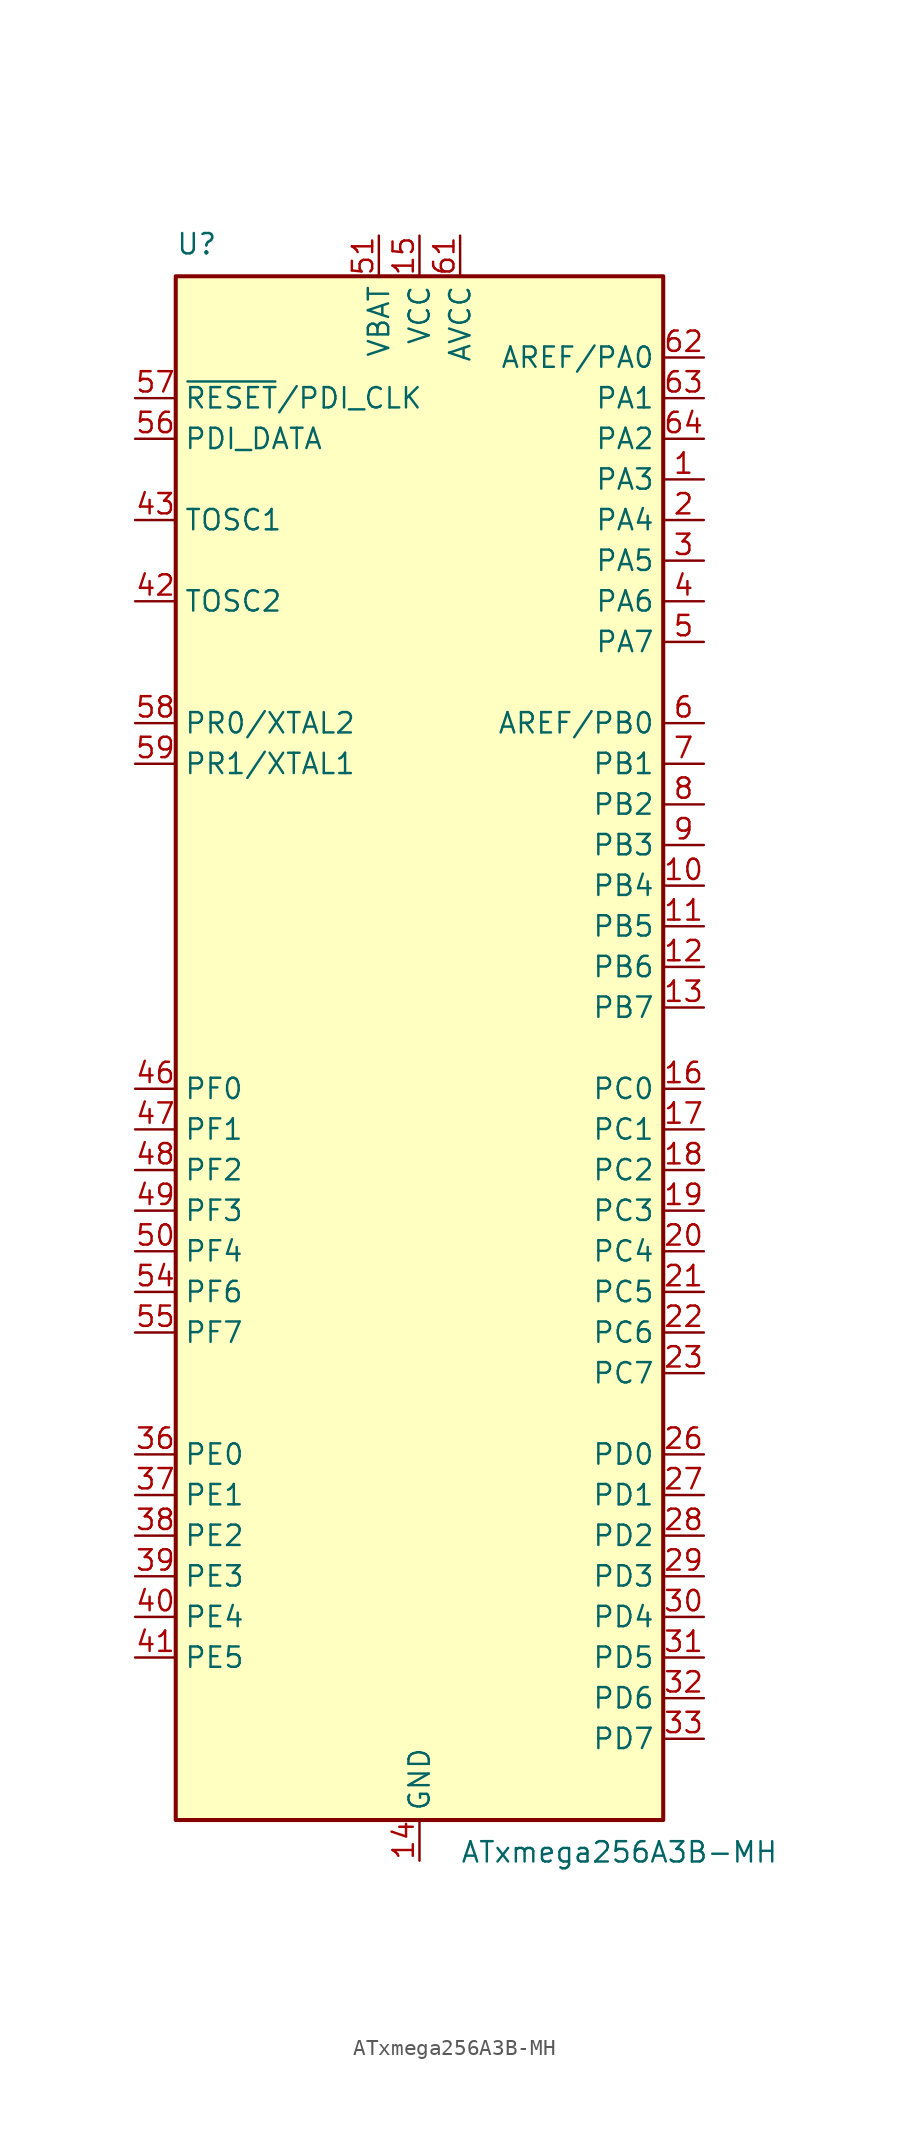
<source format=kicad_sym>
(kicad_symbol_lib
  (version 20211014)
  (generator kicad_symbol_editor)
  (symbol "ATxmega256A3B-MH"
    (property "Reference" "U"
      (at -15.24 49.53 0)
      (effects (font (size 1.27 1.27)) (justify left bottom)))
    (property "Value" "ATxmega256A3B-MH"
      (at 2.54 -49.53 0)
      (effects (font (size 1.27 1.27)) (justify left top)))
    (symbol "ATxmega256A3B-MH_0_1"
      (rectangle (start -15.24 -48.26) (end 15.24 48.26) (stroke (width 0.254) (type default) (color 0 0 0 0)) (fill (type background))))
    (symbol "ATxmega256A3B-MH_1_1"
      (pin bidirectional line (at 17.78 35.56 180) (length 2.54) (name "PA3" (effects (font (size 1.27 1.27)))) (number "1" (effects (font (size 1.27 1.27)))))
      (pin bidirectional line (at 17.78 10.16 180) (length 2.54) (name "PB4" (effects (font (size 1.27 1.27)))) (number "10" (effects (font (size 1.27 1.27)))))
      (pin bidirectional line (at 17.78 7.62 180) (length 2.54) (name "PB5" (effects (font (size 1.27 1.27)))) (number "11" (effects (font (size 1.27 1.27)))))
      (pin bidirectional line (at 17.78 5.08 180) (length 2.54) (name "PB6" (effects (font (size 1.27 1.27)))) (number "12" (effects (font (size 1.27 1.27)))))
      (pin bidirectional line (at 17.78 2.54 180) (length 2.54) (name "PB7" (effects (font (size 1.27 1.27)))) (number "13" (effects (font (size 1.27 1.27)))))
      (pin power_in line (at 0 -50.8 90) (length 2.54) (name "GND" (effects (font (size 1.27 1.27)))) (number "14" (effects (font (size 1.27 1.27)))))
      (pin power_in line (at 0 50.8 270) (length 2.54) (name "VCC" (effects (font (size 1.27 1.27)))) (number "15" (effects (font (size 1.27 1.27)))))
      (pin bidirectional line (at 17.78 -2.54 180) (length 2.54) (name "PC0" (effects (font (size 1.27 1.27)))) (number "16" (effects (font (size 1.27 1.27)))))
      (pin bidirectional line (at 17.78 -5.08 180) (length 2.54) (name "PC1" (effects (font (size 1.27 1.27)))) (number "17" (effects (font (size 1.27 1.27)))))
      (pin bidirectional line (at 17.78 -7.62 180) (length 2.54) (name "PC2" (effects (font (size 1.27 1.27)))) (number "18" (effects (font (size 1.27 1.27)))))
      (pin bidirectional line (at 17.78 -10.16 180) (length 2.54) (name "PC3" (effects (font (size 1.27 1.27)))) (number "19" (effects (font (size 1.27 1.27)))))
      (pin bidirectional line (at 17.78 33.02 180) (length 2.54) (name "PA4" (effects (font (size 1.27 1.27)))) (number "2" (effects (font (size 1.27 1.27)))))
      (pin bidirectional line (at 17.78 -12.7 180) (length 2.54) (name "PC4" (effects (font (size 1.27 1.27)))) (number "20" (effects (font (size 1.27 1.27)))))
      (pin bidirectional line (at 17.78 -15.24 180) (length 2.54) (name "PC5" (effects (font (size 1.27 1.27)))) (number "21" (effects (font (size 1.27 1.27)))))
      (pin bidirectional line (at 17.78 -17.78 180) (length 2.54) (name "PC6" (effects (font (size 1.27 1.27)))) (number "22" (effects (font (size 1.27 1.27)))))
      (pin bidirectional line (at 17.78 -20.32 180) (length 2.54) (name "PC7" (effects (font (size 1.27 1.27)))) (number "23" (effects (font (size 1.27 1.27)))))
      (pin passive line (at 0 -50.8 90) (length 2.54) hide (name "GND" (effects (font (size 1.27 1.27)))) (number "24" (effects (font (size 1.27 1.27)))))
      (pin passive line (at 0 50.8 270) (length 2.54) hide (name "VCC" (effects (font (size 1.27 1.27)))) (number "25" (effects (font (size 1.27 1.27)))))
      (pin bidirectional line (at 17.78 -25.4 180) (length 2.54) (name "PD0" (effects (font (size 1.27 1.27)))) (number "26" (effects (font (size 1.27 1.27)))))
      (pin bidirectional line (at 17.78 -27.94 180) (length 2.54) (name "PD1" (effects (font (size 1.27 1.27)))) (number "27" (effects (font (size 1.27 1.27)))))
      (pin bidirectional line (at 17.78 -30.48 180) (length 2.54) (name "PD2" (effects (font (size 1.27 1.27)))) (number "28" (effects (font (size 1.27 1.27)))))
      (pin bidirectional line (at 17.78 -33.02 180) (length 2.54) (name "PD3" (effects (font (size 1.27 1.27)))) (number "29" (effects (font (size 1.27 1.27)))))
      (pin bidirectional line (at 17.78 30.48 180) (length 2.54) (name "PA5" (effects (font (size 1.27 1.27)))) (number "3" (effects (font (size 1.27 1.27)))))
      (pin bidirectional line (at 17.78 -35.56 180) (length 2.54) (name "PD4" (effects (font (size 1.27 1.27)))) (number "30" (effects (font (size 1.27 1.27)))))
      (pin bidirectional line (at 17.78 -38.1 180) (length 2.54) (name "PD5" (effects (font (size 1.27 1.27)))) (number "31" (effects (font (size 1.27 1.27)))))
      (pin bidirectional line (at 17.78 -40.64 180) (length 2.54) (name "PD6" (effects (font (size 1.27 1.27)))) (number "32" (effects (font (size 1.27 1.27)))))
      (pin bidirectional line (at 17.78 -43.18 180) (length 2.54) (name "PD7" (effects (font (size 1.27 1.27)))) (number "33" (effects (font (size 1.27 1.27)))))
      (pin passive line (at 0 -50.8 90) (length 2.54) hide (name "GND" (effects (font (size 1.27 1.27)))) (number "34" (effects (font (size 1.27 1.27)))))
      (pin passive line (at 0 50.8 270) (length 2.54) hide (name "VCC" (effects (font (size 1.27 1.27)))) (number "35" (effects (font (size 1.27 1.27)))))
      (pin bidirectional line (at -17.78 -25.4 0) (length 2.54) (name "PE0" (effects (font (size 1.27 1.27)))) (number "36" (effects (font (size 1.27 1.27)))))
      (pin bidirectional line (at -17.78 -27.94 0) (length 2.54) (name "PE1" (effects (font (size 1.27 1.27)))) (number "37" (effects (font (size 1.27 1.27)))))
      (pin bidirectional line (at -17.78 -30.48 0) (length 2.54) (name "PE2" (effects (font (size 1.27 1.27)))) (number "38" (effects (font (size 1.27 1.27)))))
      (pin bidirectional line (at -17.78 -33.02 0) (length 2.54) (name "PE3" (effects (font (size 1.27 1.27)))) (number "39" (effects (font (size 1.27 1.27)))))
      (pin bidirectional line (at 17.78 27.94 180) (length 2.54) (name "PA6" (effects (font (size 1.27 1.27)))) (number "4" (effects (font (size 1.27 1.27)))))
      (pin bidirectional line (at -17.78 -35.56 0) (length 2.54) (name "PE4" (effects (font (size 1.27 1.27)))) (number "40" (effects (font (size 1.27 1.27)))))
      (pin bidirectional line (at -17.78 -38.1 0) (length 2.54) (name "PE5" (effects (font (size 1.27 1.27)))) (number "41" (effects (font (size 1.27 1.27)))))
      (pin passive line (at -17.78 27.94 0) (length 2.54) (name "TOSC2" (effects (font (size 1.27 1.27)))) (number "42" (effects (font (size 1.27 1.27)))))
      (pin input line (at -17.78 33.02 0) (length 2.54) (name "TOSC1" (effects (font (size 1.27 1.27)))) (number "43" (effects (font (size 1.27 1.27)))))
      (pin passive line (at 0 -50.8 90) (length 2.54) hide (name "GND" (effects (font (size 1.27 1.27)))) (number "44" (effects (font (size 1.27 1.27)))))
      (pin passive line (at 0 50.8 270) (length 2.54) hide (name "VCC" (effects (font (size 1.27 1.27)))) (number "45" (effects (font (size 1.27 1.27)))))
      (pin bidirectional line (at -17.78 -2.54 0) (length 2.54) (name "PF0" (effects (font (size 1.27 1.27)))) (number "46" (effects (font (size 1.27 1.27)))))
      (pin bidirectional line (at -17.78 -5.08 0) (length 2.54) (name "PF1" (effects (font (size 1.27 1.27)))) (number "47" (effects (font (size 1.27 1.27)))))
      (pin bidirectional line (at -17.78 -7.62 0) (length 2.54) (name "PF2" (effects (font (size 1.27 1.27)))) (number "48" (effects (font (size 1.27 1.27)))))
      (pin bidirectional line (at -17.78 -10.16 0) (length 2.54) (name "PF3" (effects (font (size 1.27 1.27)))) (number "49" (effects (font (size 1.27 1.27)))))
      (pin bidirectional line (at 17.78 25.4 180) (length 2.54) (name "PA7" (effects (font (size 1.27 1.27)))) (number "5" (effects (font (size 1.27 1.27)))))
      (pin bidirectional line (at -17.78 -12.7 0) (length 2.54) (name "PF4" (effects (font (size 1.27 1.27)))) (number "50" (effects (font (size 1.27 1.27)))))
      (pin power_in line (at -2.54 50.8 270) (length 2.54) (name "VBAT" (effects (font (size 1.27 1.27)))) (number "51" (effects (font (size 1.27 1.27)))))
      (pin passive line (at 0 -50.8 90) (length 2.54) hide (name "GND" (effects (font (size 1.27 1.27)))) (number "52" (effects (font (size 1.27 1.27)))))
      (pin passive line (at 0 50.8 270) (length 2.54) hide (name "VCC" (effects (font (size 1.27 1.27)))) (number "53" (effects (font (size 1.27 1.27)))))
      (pin bidirectional line (at -17.78 -15.24 0) (length 2.54) (name "PF6" (effects (font (size 1.27 1.27)))) (number "54" (effects (font (size 1.27 1.27)))))
      (pin bidirectional line (at -17.78 -17.78 0) (length 2.54) (name "PF7" (effects (font (size 1.27 1.27)))) (number "55" (effects (font (size 1.27 1.27)))))
      (pin bidirectional line (at -17.78 38.1 0) (length 2.54) (name "PDI_DATA" (effects (font (size 1.27 1.27)))) (number "56" (effects (font (size 1.27 1.27)))))
      (pin input line (at -17.78 40.64 0) (length 2.54) (name "~{RESET}/PDI_CLK" (effects (font (size 1.27 1.27)))) (number "57" (effects (font (size 1.27 1.27)))))
      (pin bidirectional line (at -17.78 20.32 0) (length 2.54) (name "PR0/XTAL2" (effects (font (size 1.27 1.27)))) (number "58" (effects (font (size 1.27 1.27)))))
      (pin bidirectional line (at -17.78 17.78 0) (length 2.54) (name "PR1/XTAL1" (effects (font (size 1.27 1.27)))) (number "59" (effects (font (size 1.27 1.27)))))
      (pin bidirectional line (at 17.78 20.32 180) (length 2.54) (name "AREF/PB0" (effects (font (size 1.27 1.27)))) (number "6" (effects (font (size 1.27 1.27)))))
      (pin passive line (at 0 -50.8 90) (length 2.54) hide (name "GND" (effects (font (size 1.27 1.27)))) (number "60" (effects (font (size 1.27 1.27)))))
      (pin power_in line (at 2.54 50.8 270) (length 2.54) (name "AVCC" (effects (font (size 1.27 1.27)))) (number "61" (effects (font (size 1.27 1.27)))))
      (pin bidirectional line (at 17.78 43.18 180) (length 2.54) (name "AREF/PA0" (effects (font (size 1.27 1.27)))) (number "62" (effects (font (size 1.27 1.27)))))
      (pin bidirectional line (at 17.78 40.64 180) (length 2.54) (name "PA1" (effects (font (size 1.27 1.27)))) (number "63" (effects (font (size 1.27 1.27)))))
      (pin bidirectional line (at 17.78 38.1 180) (length 2.54) (name "PA2" (effects (font (size 1.27 1.27)))) (number "64" (effects (font (size 1.27 1.27)))))
      (pin passive line (at 0 -50.8 90) (length 2.54) hide (name "GND" (effects (font (size 1.27 1.27)))) (number "65" (effects (font (size 1.27 1.27)))))
      (pin bidirectional line (at 17.78 17.78 180) (length 2.54) (name "PB1" (effects (font (size 1.27 1.27)))) (number "7" (effects (font (size 1.27 1.27)))))
      (pin bidirectional line (at 17.78 15.24 180) (length 2.54) (name "PB2" (effects (font (size 1.27 1.27)))) (number "8" (effects (font (size 1.27 1.27)))))
      (pin bidirectional line (at 17.78 12.7 180) (length 2.54) (name "PB3" (effects (font (size 1.27 1.27)))) (number "9" (effects (font (size 1.27 1.27))))))))
</source>
